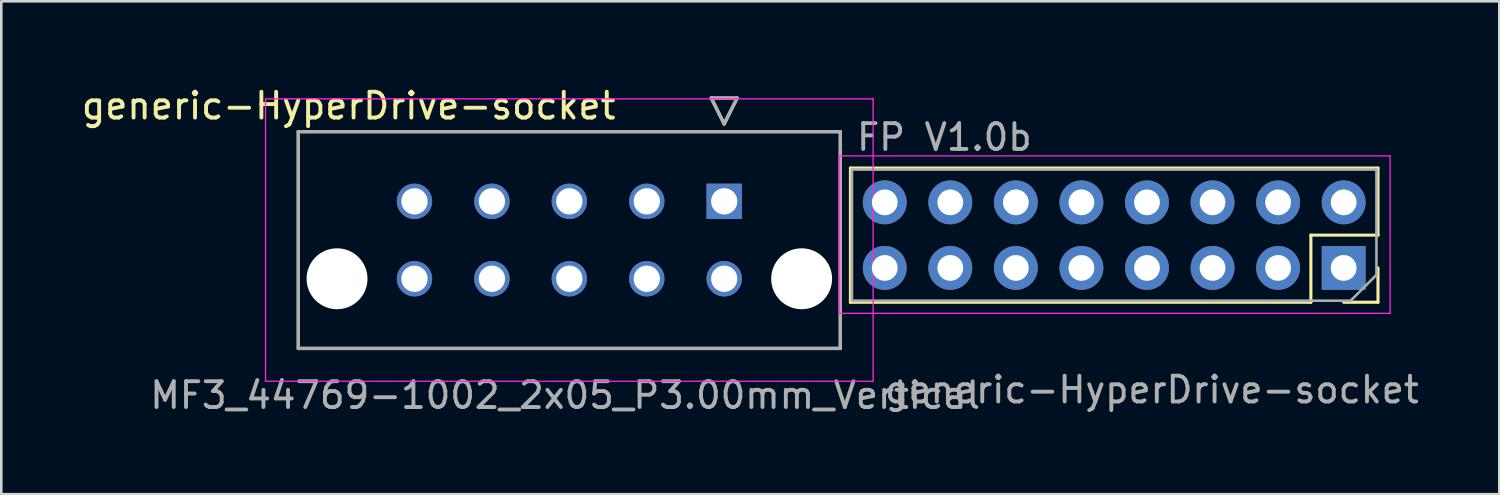
<source format=kicad_pcb>
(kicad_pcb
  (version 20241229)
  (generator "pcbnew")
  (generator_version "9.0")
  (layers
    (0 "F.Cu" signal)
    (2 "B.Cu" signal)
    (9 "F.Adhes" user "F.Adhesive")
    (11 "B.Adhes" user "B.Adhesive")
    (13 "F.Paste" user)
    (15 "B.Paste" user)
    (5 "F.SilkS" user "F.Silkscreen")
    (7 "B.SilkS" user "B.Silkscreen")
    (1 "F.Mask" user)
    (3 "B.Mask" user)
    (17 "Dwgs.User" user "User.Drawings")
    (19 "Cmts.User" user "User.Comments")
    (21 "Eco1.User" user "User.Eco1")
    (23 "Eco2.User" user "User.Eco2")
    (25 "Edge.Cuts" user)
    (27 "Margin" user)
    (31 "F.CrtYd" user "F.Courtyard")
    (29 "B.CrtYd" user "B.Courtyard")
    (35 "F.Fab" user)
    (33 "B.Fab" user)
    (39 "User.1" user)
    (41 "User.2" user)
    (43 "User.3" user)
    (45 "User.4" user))
  (footprint "generic-HyperDrive-socket"
    (layer "F.Cu")
    (at 30.078 0.25)
    (property "Reference" "generic-HyperDrive-socket" (at -19.62 0.8 0) (unlocked yes) (layer "F.SilkS") (effects (font (size 1 1) (thickness 0.15))))
    (attr through_hole)
    (fp_line (start -21.57 1.8) (end -0.57 1.8) (stroke (width 0.127) (type solid)) (layer "F.SilkS"))
    (fp_line (start -21.57 10.2) (end -21.57 1.8) (stroke (width 0.127) (type solid)) (layer "F.SilkS"))
    (fp_line (start -5.57 0.5) (end -4.57 0.5) (stroke (width 0.127) (type solid)) (layer "F.SilkS"))
    (fp_line (start -5.07 1.5) (end -5.57 0.5) (stroke (width 0.127) (type solid)) (layer "F.SilkS"))
    (fp_line (start -4.57 0.5) (end -5.07 1.5) (stroke (width 0.127) (type solid)) (layer "F.SilkS"))
    (fp_line (start -0.57 1.8) (end -0.57 10.2) (stroke (width 0.127) (type solid)) (layer "F.SilkS"))
    (fp_line (start -0.57 10.2) (end -21.57 10.2) (stroke (width 0.127) (type solid)) (layer "F.SilkS"))
    (fp_line (start -0.18 3.21) (end -0.18 8.41) (stroke (width 0.12) (type solid)) (layer "F.SilkS"))
    (fp_line (start 17.66 5.81) (end 17.66 8.41) (stroke (width 0.12) (type solid)) (layer "F.SilkS"))
    (fp_line (start 17.66 8.41) (end -0.18 8.41) (stroke (width 0.12) (type solid)) (layer "F.SilkS"))
    (fp_line (start 20.26 3.21) (end -0.18 3.21) (stroke (width 0.12) (type solid)) (layer "F.SilkS"))
    (fp_line (start 20.26 3.21) (end 20.26 5.81) (stroke (width 0.12) (type solid)) (layer "F.SilkS"))
    (fp_line (start 20.26 5.81) (end 17.66 5.81) (stroke (width 0.12) (type solid)) (layer "F.SilkS"))
    (fp_line (start 20.26 7.08) (end 20.26 8.41) (stroke (width 0.12) (type solid)) (layer "F.SilkS"))
    (fp_line (start 20.26 8.41) (end 18.93 8.41) (stroke (width 0.12) (type solid)) (layer "F.SilkS"))
    (fp_line (start -22.84 0.53) (end 0.7 0.53) (stroke (width 0.05) (type solid)) (layer "F.CrtYd"))
    (fp_line (start -22.84 11.47) (end -22.84 0.53) (stroke (width 0.05) (type solid)) (layer "F.CrtYd"))
    (fp_line (start -0.62 2.74) (end 20.73 2.74) (stroke (width 0.05) (type solid)) (layer "F.CrtYd"))
    (fp_line (start -0.62 8.84) (end -0.62 2.74) (stroke (width 0.05) (type solid)) (layer "F.CrtYd"))
    (fp_line (start 0.7 0.53) (end 0.7 11.47) (stroke (width 0.05) (type solid)) (layer "F.CrtYd"))
    (fp_line (start 0.7 11.47) (end -22.84 11.47) (stroke (width 0.05) (type solid)) (layer "F.CrtYd"))
    (fp_line (start 20.73 2.74) (end 20.73 8.84) (stroke (width 0.05) (type solid)) (layer "F.CrtYd"))
    (fp_line (start 20.73 8.84) (end -0.62 8.84) (stroke (width 0.05) (type solid)) (layer "F.CrtYd"))
    (fp_line (start -21.57 1.8) (end -0.57 1.8) (stroke (width 0.127) (type solid)) (layer "F.Fab"))
    (fp_line (start -21.57 10.2) (end -21.57 1.8) (stroke (width 0.127) (type solid)) (layer "F.Fab"))
    (fp_line (start -5.57 0.5) (end -4.57 0.5) (stroke (width 0.127) (type solid)) (layer "F.Fab"))
    (fp_line (start -5.07 1.5) (end -5.57 0.5) (stroke (width 0.127) (type solid)) (layer "F.Fab"))
    (fp_line (start -4.57 0.5) (end -5.07 1.5) (stroke (width 0.127) (type solid)) (layer "F.Fab"))
    (fp_line (start -0.57 1.8) (end -0.57 10.2) (stroke (width 0.127) (type solid)) (layer "F.Fab"))
    (fp_line (start -0.57 10.2) (end -21.57 10.2) (stroke (width 0.127) (type solid)) (layer "F.Fab"))
    (fp_line (start -0.12 3.27) (end 20.2 3.27) (stroke (width 0.1) (type solid)) (layer "F.Fab"))
    (fp_line (start -0.12 8.35) (end -0.12 3.27) (stroke (width 0.1) (type solid)) (layer "F.Fab"))
    (fp_line (start 19.2 8.35) (end -0.12 8.35) (stroke (width 0.1) (type solid)) (layer "F.Fab"))
    (fp_line (start 20.2 3.27) (end 20.2 7.35) (stroke (width 0.1) (type solid)) (layer "F.Fab"))
    (fp_line (start 20.2 7.35) (end 19.2 8.35) (stroke (width 0.1) (type solid)) (layer "F.Fab"))
    (fp_text user "FP V1.0b" (at -0.02 2.6 0) (unlocked yes) (layer "F.Fab") (effects (font (size 1 1) (thickness 0.15)) (justify left bottom)))
    (fp_text user "MF3_44769-1002_2x05_P3.00mm_Vertical" (at -27.4 12.6 0) (unlocked yes) (layer "F.Fab") (effects (font (size 1 1) (thickness 0.15)) (justify left bottom)))
    (fp_text user "${REFERENCE}" (at 11.5 11.8 0) (unlocked yes) (layer "F.Fab") (effects (font (size 1 1) (thickness 0.15))))
    (pad "" np_thru_hole circle (at -20.07 7.5 180) (size 2.36 2.36) (drill 2.36) (layers "*.Cu" "*.Mask"))
    (pad "" np_thru_hole circle (at -2.07 7.5 180) (size 2.36 2.36) (drill 2.36) (layers "*.Cu" "*.Mask"))
    (pad "1a" thru_hole circle (at -5.07 7.5 180) (size 1.37 1.37) (drill 1.02) (layers "*.Cu" "*.Mask"))
    (pad "1b" thru_hole oval (at 18.93 4.54 270) (size 1.7 1.7) (drill 1) (layers "*.Cu" "*.Mask"))
    (pad "2a" thru_hole circle (at -8.07 7.5 180) (size 1.37 1.37) (drill 1.02) (layers "*.Cu" "*.Mask"))
    (pad "2b" thru_hole rect (at 18.93 7.08 270) (size 1.7 1.7) (drill 1) (layers "*.Cu" "*.Mask"))
    (pad "3a" thru_hole circle (at -11.07 7.5 180) (size 1.37 1.37) (drill 1.02) (layers "*.Cu" "*.Mask"))
    (pad "3b" thru_hole oval (at 16.39 4.54 270) (size 1.7 1.7) (drill 1) (layers "*.Cu" "*.Mask"))
    (pad "4a" thru_hole circle (at -14.07 7.5 180) (size 1.37 1.37) (drill 1.02) (layers "*.Cu" "*.Mask"))
    (pad "4b" thru_hole oval (at 16.39 7.08 270) (size 1.7 1.7) (drill 1) (layers "*.Cu" "*.Mask"))
    (pad "5a" thru_hole circle (at -17.07 7.5 180) (size 1.37 1.37) (drill 1.02) (layers "*.Cu" "*.Mask"))
    (pad "5b" thru_hole oval (at 13.85 4.54 270) (size 1.7 1.7) (drill 1) (layers "*.Cu" "*.Mask"))
    (pad "6a" thru_hole rect (at -5.07 4.5 180) (size 1.37 1.37) (drill 1.02) (layers "*.Cu" "*.Mask"))
    (pad "6b" thru_hole oval (at 13.85 7.08 270) (size 1.7 1.7) (drill 1) (layers "*.Cu" "*.Mask"))
    (pad "7a" thru_hole circle (at -8.07 4.5 180) (size 1.37 1.37) (drill 1.02) (layers "*.Cu" "*.Mask"))
    (pad "7b" thru_hole oval (at 11.31 4.54 270) (size 1.7 1.7) (drill 1) (layers "*.Cu" "*.Mask"))
    (pad "8a" thru_hole circle (at -11.07 4.5 180) (size 1.37 1.37) (drill 1.02) (layers "*.Cu" "*.Mask"))
    (pad "8b" thru_hole oval (at 11.31 7.08 270) (size 1.7 1.7) (drill 1) (layers "*.Cu" "*.Mask"))
    (pad "9a" thru_hole circle (at -14.07 4.5 180) (size 1.37 1.37) (drill 1.02) (layers "*.Cu" "*.Mask"))
    (pad "9b" thru_hole oval (at 8.77 4.54 270) (size 1.7 1.7) (drill 1) (layers "*.Cu" "*.Mask"))
    (pad "10a" thru_hole circle (at -17.07 4.5 180) (size 1.37 1.37) (drill 1.02) (layers "*.Cu" "*.Mask"))
    (pad "10b" thru_hole oval (at 8.77 7.08 270) (size 1.7 1.7) (drill 1) (layers "*.Cu" "*.Mask"))
    (pad "11b" thru_hole oval (at 6.23 4.54 270) (size 1.7 1.7) (drill 1) (layers "*.Cu" "*.Mask"))
    (pad "12b" thru_hole oval (at 6.23 7.08 270) (size 1.7 1.7) (drill 1) (layers "*.Cu" "*.Mask"))
    (pad "13b" thru_hole oval (at 3.69 4.54 270) (size 1.7 1.7) (drill 1) (layers "*.Cu" "*.Mask"))
    (pad "14b" thru_hole oval (at 3.69 7.08 270) (size 1.7 1.7) (drill 1) (layers "*.Cu" "*.Mask"))
    (pad "15b" thru_hole oval (at 1.15 4.54 270) (size 1.7 1.7) (drill 1) (layers "*.Cu" "*.Mask"))
    (pad "16b" thru_hole oval (at 1.15 7.08 270) (size 1.7 1.7) (drill 1) (layers "*.Cu" "*.Mask")))
  (gr_rect
    (start -3 -3)
    (end 55.037 16.096)
    (stroke (width 0.1) (type default))
    (fill no)
    (layer "Edge.Cuts")))
</source>
